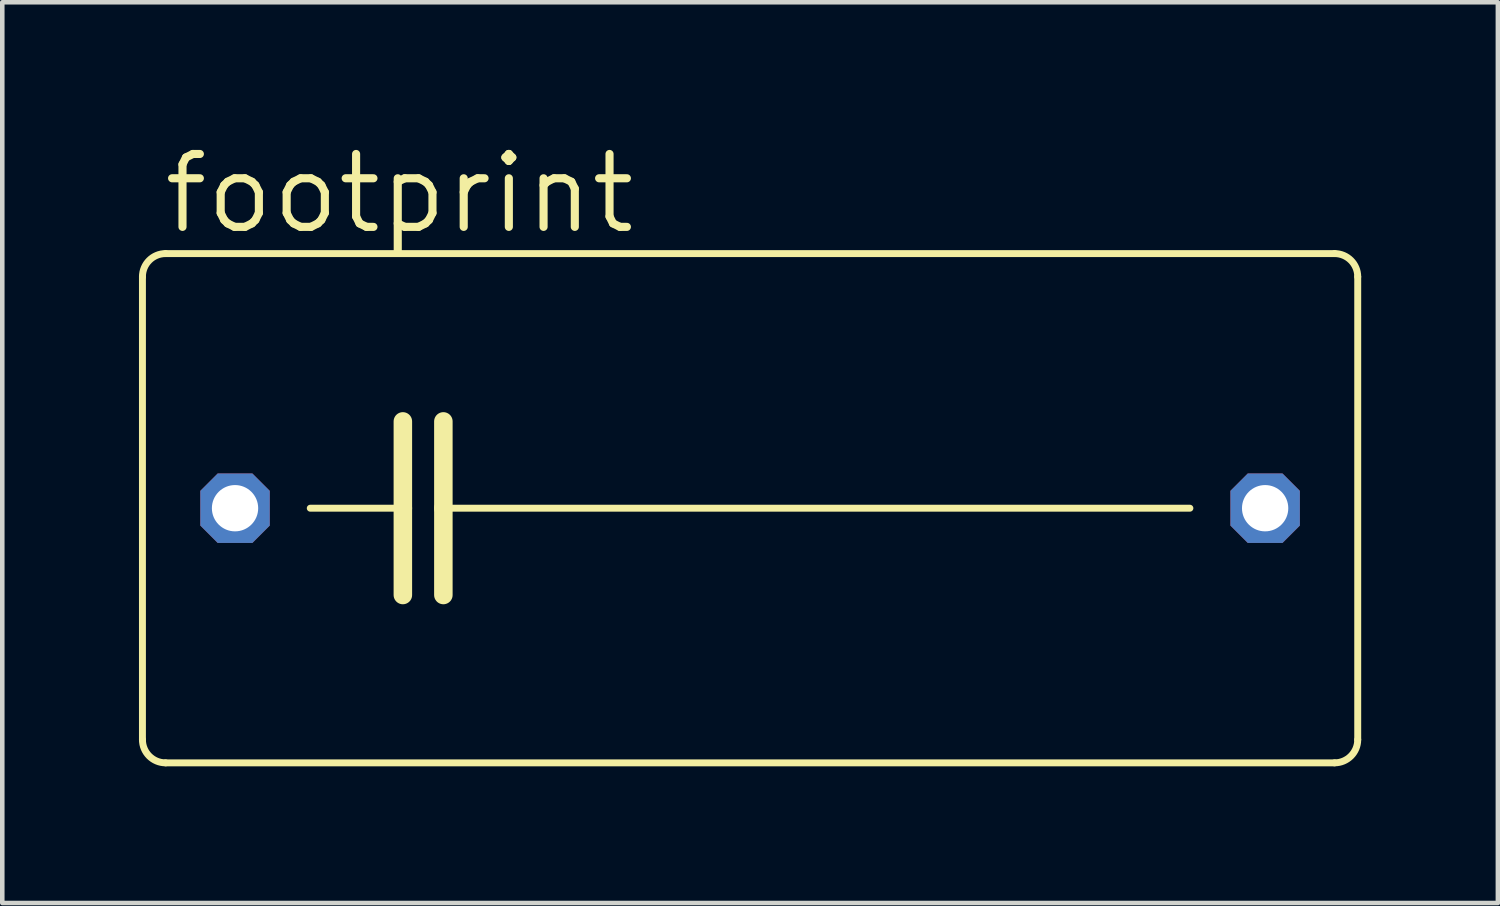
<source format=kicad_pcb>
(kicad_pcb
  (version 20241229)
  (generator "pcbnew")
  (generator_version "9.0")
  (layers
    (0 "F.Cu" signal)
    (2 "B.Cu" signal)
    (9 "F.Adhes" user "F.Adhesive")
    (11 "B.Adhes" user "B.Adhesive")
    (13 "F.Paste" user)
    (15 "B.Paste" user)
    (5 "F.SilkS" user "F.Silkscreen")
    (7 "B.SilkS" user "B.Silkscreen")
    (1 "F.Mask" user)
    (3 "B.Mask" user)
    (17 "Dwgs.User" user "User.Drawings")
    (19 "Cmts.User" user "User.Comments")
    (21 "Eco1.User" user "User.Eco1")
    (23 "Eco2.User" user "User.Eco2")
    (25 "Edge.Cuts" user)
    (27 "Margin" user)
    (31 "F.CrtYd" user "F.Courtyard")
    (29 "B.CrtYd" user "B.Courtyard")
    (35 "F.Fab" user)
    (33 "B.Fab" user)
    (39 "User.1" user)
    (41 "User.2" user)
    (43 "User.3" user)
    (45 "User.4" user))
  (footprint "footprint"
    (layer "F.Cu")
    (at 13.411 8.103)
    (property "Reference" "footprint" (at -12.954 -5.969 0) (layer "F.SilkS") (effects (font (size 1.6 1.6) (thickness 0.178)) (justify left bottom)))
    (fp_line (start -13.335 5.08) (end -13.335 -5.08) (stroke (width 0.152) (type solid)) (layer "F.SilkS"))
    (fp_line (start -12.827 -5.588) (end 12.827 -5.588) (stroke (width 0.152) (type solid)) (layer "F.SilkS"))
    (fp_line (start -9.652 0) (end -7.62 0) (stroke (width 0.152) (type solid)) (layer "F.SilkS"))
    (fp_line (start -7.62 -1.905) (end -7.62 0) (stroke (width 0.406) (type solid)) (layer "F.SilkS"))
    (fp_line (start -7.62 0) (end -7.62 1.905) (stroke (width 0.406) (type solid)) (layer "F.SilkS"))
    (fp_line (start -6.731 -1.905) (end -6.731 0) (stroke (width 0.406) (type solid)) (layer "F.SilkS"))
    (fp_line (start -6.731 0) (end -6.731 1.905) (stroke (width 0.406) (type solid)) (layer "F.SilkS"))
    (fp_line (start -6.731 0) (end 9.652 0) (stroke (width 0.152) (type solid)) (layer "F.SilkS"))
    (fp_line (start 12.827 5.588) (end -12.827 5.588) (stroke (width 0.152) (type solid)) (layer "F.SilkS"))
    (fp_line (start 13.335 -5.08) (end 13.335 5.08) (stroke (width 0.152) (type solid)) (layer "F.SilkS"))
    (fp_arc (start -13.335 -5.08) (mid -13.18621 -5.43921) (end -12.827 -5.588) (stroke (width 0.1524) (type solid)) (layer "F.SilkS"))
    (fp_arc (start -12.827 5.588) (mid -13.18621 5.43921) (end -13.335 5.08) (stroke (width 0.1524) (type solid)) (layer "F.SilkS"))
    (fp_arc (start 12.827 -5.588) (mid 13.18621 -5.43921) (end 13.335 -5.08) (stroke (width 0.1524) (type solid)) (layer "F.SilkS"))
    (fp_arc (start 13.335 5.08) (mid 13.18621 5.43921) (end 12.827 5.588) (stroke (width 0.1524) (type solid)) (layer "F.SilkS"))
    (pad "1" thru_hole roundrect (at -11.303 0) (size 1.524 1.524) (drill 1.016) (layers "*.Cu" "*.Mask") (roundrect_rratio 0.25) (chamfer_ratio 0.25) (chamfer top_left top_right bottom_left bottom_right))
    (pad "2" thru_hole roundrect (at 11.303 0) (size 1.524 1.524) (drill 1.016) (layers "*.Cu" "*.Mask") (roundrect_rratio 0.25) (chamfer_ratio 0.25) (chamfer top_left top_right bottom_left bottom_right)))
  (gr_rect
    (start -3 -3)
    (end 29.822 16.767)
    (stroke (width 0.1) (type default))
    (fill no)
    (layer "Edge.Cuts")))
</source>
